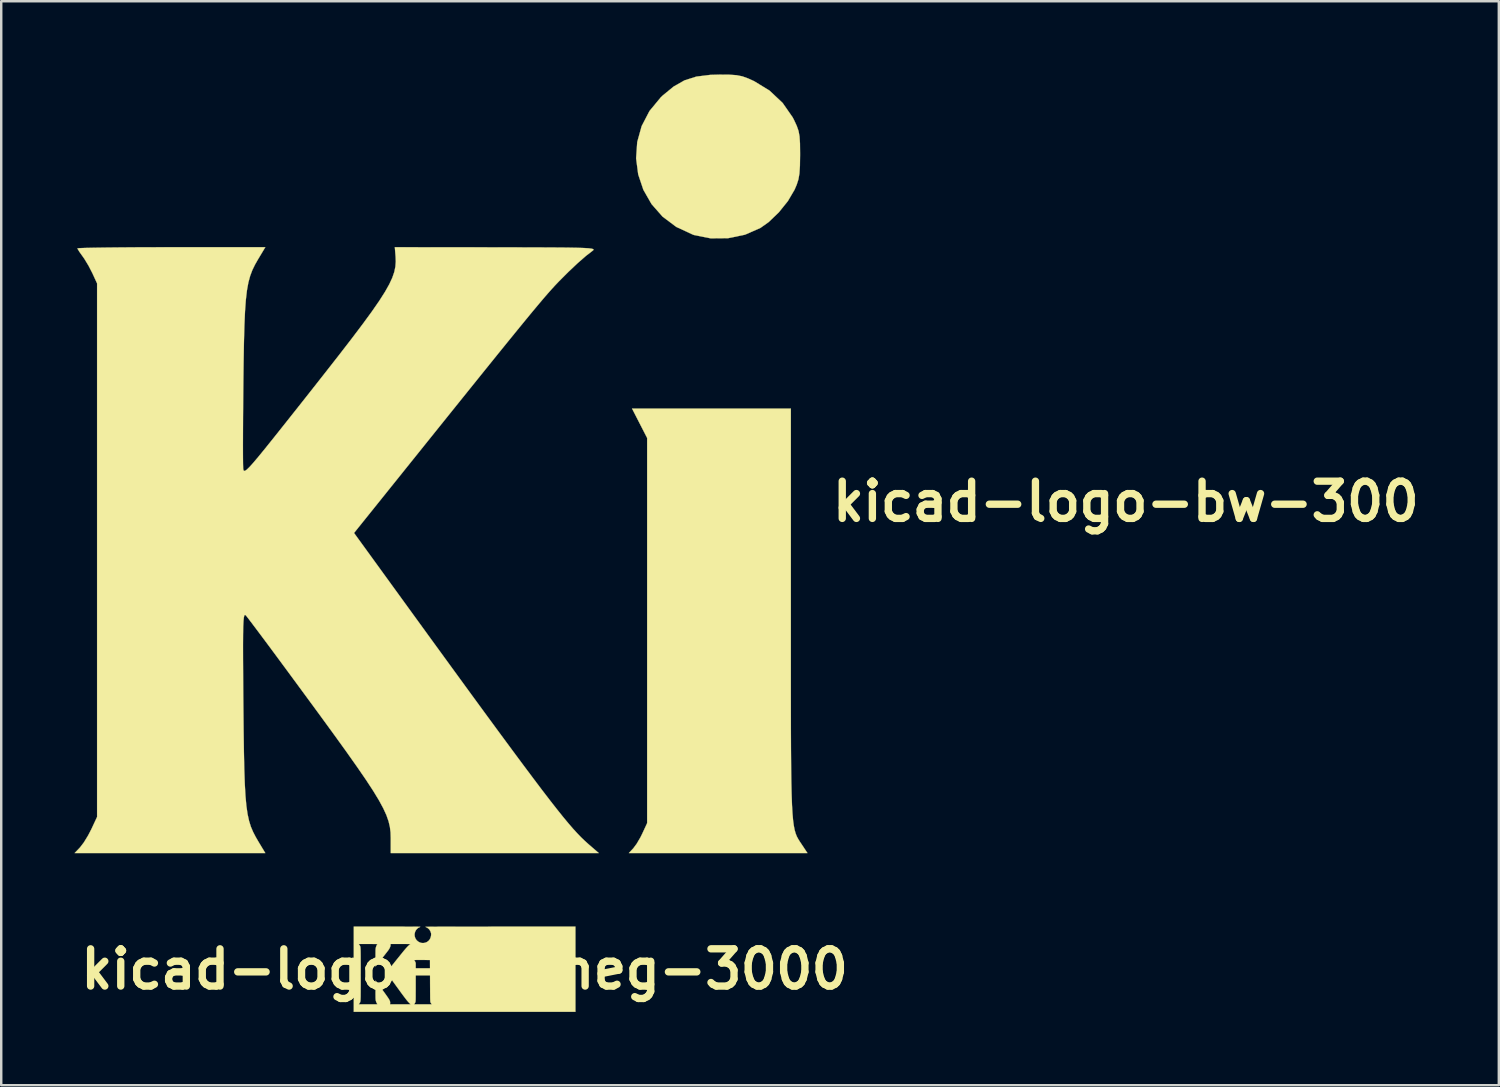
<source format=kicad_pcb>
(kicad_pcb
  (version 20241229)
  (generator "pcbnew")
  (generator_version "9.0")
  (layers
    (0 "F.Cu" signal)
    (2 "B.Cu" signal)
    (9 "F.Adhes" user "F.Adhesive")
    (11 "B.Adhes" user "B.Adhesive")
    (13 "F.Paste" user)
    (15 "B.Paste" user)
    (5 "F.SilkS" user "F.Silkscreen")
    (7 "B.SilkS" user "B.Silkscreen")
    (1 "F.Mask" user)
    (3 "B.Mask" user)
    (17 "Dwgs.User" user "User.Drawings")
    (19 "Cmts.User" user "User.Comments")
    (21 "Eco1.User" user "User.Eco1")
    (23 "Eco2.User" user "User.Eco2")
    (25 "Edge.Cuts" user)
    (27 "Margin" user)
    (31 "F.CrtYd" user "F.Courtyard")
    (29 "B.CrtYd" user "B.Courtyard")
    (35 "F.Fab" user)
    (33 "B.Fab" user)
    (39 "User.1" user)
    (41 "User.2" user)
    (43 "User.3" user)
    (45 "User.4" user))
  (footprint "kicad-logo-bw-300"
    (layer "F.Cu")
    (at 43.047 17.486)
    (property "Reference" "kicad-logo-bw-300" (at 0 0 0) (layer "F.SilkS") (effects (font (size 1.524 1.524) (thickness 0.3))))
    (attr through_hole)
    (fp_poly (pts (xy -16.968 -3.81) (xy -13.716 -3.81) (xy -13.716 4.604) (xy -13.716 6.011) (xy -13.716 7.26) (xy -13.715 8.36) (xy -13.714 9.321) (xy -13.71 10.155) (xy -13.704 10.87) (xy -13.696 11.478) (xy -13.684 11.989) (xy -13.669 12.414) (xy -13.649 12.761) (xy -13.625 13.043) (xy -13.595 13.268) (xy -13.56 13.448) (xy -13.518 13.593) (xy -13.47 13.713) (xy -13.414 13.818) (xy -13.351 13.919) (xy -13.279 14.026) (xy -13.246 14.076) (xy -13.036 14.393) (xy -20.35 14.393) (xy -20.17 14.202) (xy -20.029 14.013) (xy -19.872 13.744) (xy -19.795 13.588) (xy -19.6 13.166) (xy -19.6 -2.603) (xy -19.91 -3.206) (xy -20.22 -3.81) (xy -16.968 -3.81)) (stroke (width 0.01) (type solid)) (fill yes) (layer "F.SilkS"))
    (fp_poly (pts (xy -16.231 -17.478) (xy -15.938 -17.457) (xy -15.701 -17.41) (xy -15.464 -17.324) (xy -15.22 -17.213) (xy -14.59 -16.828) (xy -14.053 -16.323) (xy -13.64 -15.729) (xy -13.584 -15.62) (xy -13.473 -15.381) (xy -13.401 -15.174) (xy -13.36 -14.952) (xy -13.342 -14.666) (xy -13.338 -14.268) (xy -13.338 -14.182) (xy -13.344 -13.748) (xy -13.364 -13.434) (xy -13.406 -13.191) (xy -13.477 -12.971) (xy -13.565 -12.766) (xy -13.837 -12.303) (xy -14.207 -11.843) (xy -14.624 -11.443) (xy -14.961 -11.204) (xy -15.592 -10.927) (xy -16.287 -10.783) (xy -16.998 -10.777) (xy -17.679 -10.913) (xy -17.731 -10.931) (xy -18.404 -11.243) (xy -18.969 -11.666) (xy -19.42 -12.18) (xy -19.754 -12.763) (xy -19.966 -13.394) (xy -20.052 -14.054) (xy -20.006 -14.721) (xy -19.825 -15.373) (xy -19.504 -15.991) (xy -19.039 -16.554) (xy -18.967 -16.622) (xy -18.515 -16.993) (xy -18.07 -17.246) (xy -17.583 -17.4) (xy -17.008 -17.471) (xy -16.637 -17.481) (xy -16.231 -17.478)) (stroke (width 0.01) (type solid)) (fill yes) (layer "F.SilkS"))
    (fp_poly (pts (xy -35.519 -9.94) (xy -35.652 -9.708) (xy -35.763 -9.481) (xy -35.854 -9.24) (xy -35.928 -8.967) (xy -35.986 -8.646) (xy -36.031 -8.258) (xy -36.065 -7.786) (xy -36.09 -7.211) (xy -36.109 -6.516) (xy -36.123 -5.682) (xy -36.132 -4.953) (xy -36.139 -4.209) (xy -36.145 -3.509) (xy -36.148 -2.873) (xy -36.15 -2.32) (xy -36.149 -1.872) (xy -36.146 -1.549) (xy -36.141 -1.371) (xy -36.14 -1.356) (xy -36.13 -1.293) (xy -36.108 -1.256) (xy -36.067 -1.257) (xy -35.996 -1.304) (xy -35.888 -1.408) (xy -35.733 -1.58) (xy -35.523 -1.828) (xy -35.25 -2.162) (xy -34.903 -2.594) (xy -34.475 -3.132) (xy -33.956 -3.786) (xy -33.57 -4.274) (xy -32.844 -5.196) (xy -32.217 -5.997) (xy -31.683 -6.689) (xy -31.235 -7.283) (xy -30.865 -7.789) (xy -30.567 -8.22) (xy -30.334 -8.585) (xy -30.159 -8.896) (xy -30.034 -9.165) (xy -29.953 -9.401) (xy -29.908 -9.617) (xy -29.893 -9.822) (xy -29.9 -10.029) (xy -29.901 -10.037) (xy -29.931 -10.414) (xy -25.782 -10.41) (xy -24.837 -10.408) (xy -24.049 -10.406) (xy -23.405 -10.403) (xy -22.89 -10.399) (xy -22.491 -10.392) (xy -22.197 -10.382) (xy -21.993 -10.37) (xy -21.866 -10.353) (xy -21.804 -10.333) (xy -21.793 -10.308) (xy -21.82 -10.278) (xy -21.843 -10.261) (xy -22.107 -10.057) (xy -22.448 -9.759) (xy -22.828 -9.4) (xy -23.213 -9.014) (xy -23.374 -8.845) (xy -23.507 -8.699) (xy -23.657 -8.531) (xy -23.83 -8.331) (xy -24.034 -8.09) (xy -24.277 -7.8) (xy -24.565 -7.45) (xy -24.906 -7.033) (xy -25.308 -6.539) (xy -25.777 -5.96) (xy -26.321 -5.286) (xy -26.947 -4.508) (xy -27.663 -3.618) (xy -28.475 -2.607) (xy -28.654 -2.384) (xy -31.601 1.286) (xy -31.438 1.511) (xy -30.353 3.007) (xy -29.362 4.373) (xy -28.461 5.614) (xy -27.643 6.738) (xy -26.906 7.75) (xy -26.243 8.657) (xy -25.649 9.466) (xy -25.12 10.183) (xy -24.651 10.815) (xy -24.237 11.368) (xy -23.874 11.849) (xy -23.555 12.264) (xy -23.276 12.62) (xy -23.033 12.923) (xy -22.82 13.179) (xy -22.633 13.396) (xy -22.466 13.579) (xy -22.315 13.736) (xy -22.174 13.872) (xy -22.04 13.994) (xy -21.984 14.044) (xy -21.58 14.393) (xy -30.099 14.393) (xy -30.099 13.773) (xy -30.106 13.545) (xy -30.133 13.322) (xy -30.187 13.092) (xy -30.275 12.841) (xy -30.404 12.559) (xy -30.581 12.232) (xy -30.814 11.848) (xy -31.11 11.396) (xy -31.476 10.863) (xy -31.919 10.236) (xy -32.447 9.504) (xy -33.067 8.654) (xy -33.36 8.255) (xy -33.859 7.576) (xy -34.331 6.935) (xy -34.765 6.347) (xy -35.152 5.825) (xy -35.482 5.383) (xy -35.745 5.033) (xy -35.929 4.79) (xy -36.027 4.667) (xy -36.036 4.657) (xy -36.067 4.64) (xy -36.092 4.663) (xy -36.112 4.741) (xy -36.127 4.887) (xy -36.138 5.114) (xy -36.144 5.437) (xy -36.147 5.868) (xy -36.146 6.421) (xy -36.142 7.11) (xy -36.136 7.949) (xy -36.132 8.382) (xy -36.122 9.39) (xy -36.11 10.245) (xy -36.095 10.963) (xy -36.074 11.561) (xy -36.046 12.054) (xy -36.009 12.46) (xy -35.961 12.794) (xy -35.9 13.072) (xy -35.826 13.311) (xy -35.734 13.527) (xy -35.625 13.737) (xy -35.519 13.92) (xy -35.234 14.393) (xy -43.042 14.393) (xy -42.82 14.161) (xy -42.664 13.957) (xy -42.487 13.667) (xy -42.359 13.42) (xy -42.122 12.912) (xy -42.122 -8.932) (xy -42.315 -9.351) (xy -42.47 -9.653) (xy -42.643 -9.939) (xy -42.717 -10.044) (xy -42.848 -10.227) (xy -42.921 -10.349) (xy -42.926 -10.366) (xy -42.844 -10.376) (xy -42.61 -10.385) (xy -42.24 -10.393) (xy -41.751 -10.4) (xy -41.16 -10.406) (xy -40.483 -10.411) (xy -39.739 -10.413) (xy -39.08 -10.414) (xy -35.234 -10.414) (xy -35.519 -9.94)) (stroke (width 0.01) (type solid)) (fill yes) (layer "F.SilkS")))
  (footprint "kicad-logo-bw-neg-3000"
    (layer "F.Cu")
    (at 15.973 36.634)
    (property "Reference" "kicad-logo-bw-neg-3000" (at 0 0 0) (layer "F.SilkS") (effects (font (size 1.524 1.524) (thickness 0.3))))
    (attr through_hole)
    (fp_poly (pts (xy 4.538 1.744) (xy -4.538 1.744) (xy -4.538 1.439) (xy -4.335 1.439) (xy -3.949 1.439) (xy -3.858 1.439) (xy -3.782 1.439) (xy -3.721 1.439) (xy -3.673 1.438) (xy -3.636 1.438) (xy -3.608 1.437) (xy -3.59 1.435) (xy -3.579 1.434) (xy -3.573 1.431) (xy -3.572 1.428) (xy -3.574 1.425) (xy -3.575 1.425) (xy -3.595 1.394) (xy -3.615 1.352) (xy -3.631 1.303) (xy -3.637 1.283) (xy -3.64 1.267) (xy -3.642 1.247) (xy -3.644 1.222) (xy -3.646 1.19) (xy -3.647 1.149) (xy -3.647 1.098) (xy -3.648 1.035) (xy -3.648 0.959) (xy -3.647 0.868) (xy -3.647 0.847) (xy -3.645 0.465) (xy -3.416 0.776) (xy -3.346 0.872) (xy -3.285 0.956) (xy -3.233 1.028) (xy -3.189 1.091) (xy -3.152 1.143) (xy -3.122 1.188) (xy -3.098 1.226) (xy -3.08 1.258) (xy -3.067 1.286) (xy -3.058 1.31) (xy -3.052 1.331) (xy -3.05 1.351) (xy -3.049 1.37) (xy -3.05 1.391) (xy -3.053 1.439) (xy -2.209 1.439) (xy -2.068 1.439) (xy -1.345 1.439) (xy -1.361 1.416) (xy -1.377 1.392) (xy -1.393 1.365) (xy -1.394 1.363) (xy -1.396 1.358) (xy -1.399 1.351) (xy -1.401 1.342) (xy -1.403 1.33) (xy -1.404 1.314) (xy -1.405 1.292) (xy -1.407 1.264) (xy -1.408 1.229) (xy -1.409 1.185) (xy -1.41 1.132) (xy -1.41 1.069) (xy -1.411 0.995) (xy -1.412 0.908) (xy -1.412 0.808) (xy -1.413 0.694) (xy -1.414 0.564) (xy -1.414 0.478) (xy -1.418 -0.377) (xy -1.742 -0.379) (xy -1.818 -0.379) (xy -1.887 -0.379) (xy -1.947 -0.379) (xy -1.996 -0.378) (xy -2.034 -0.377) (xy -2.057 -0.375) (xy -2.066 -0.374) (xy -2.066 -0.374) (xy -2.06 -0.362) (xy -2.054 -0.356) (xy -2.044 -0.344) (xy -2.031 -0.321) (xy -2.022 -0.302) (xy -2.002 -0.258) (xy -2.002 0.533) (xy -2.002 0.667) (xy -2.002 0.785) (xy -2.002 0.888) (xy -2.003 0.977) (xy -2.003 1.053) (xy -2.003 1.118) (xy -2.004 1.172) (xy -2.004 1.216) (xy -2.005 1.252) (xy -2.006 1.281) (xy -2.008 1.303) (xy -2.009 1.32) (xy -2.011 1.333) (xy -2.013 1.342) (xy -2.015 1.35) (xy -2.018 1.356) (xy -2.02 1.359) (xy -2.034 1.386) (xy -2.049 1.411) (xy -2.052 1.416) (xy -2.068 1.439) (xy -2.209 1.439) (xy -2.267 1.382) (xy -2.285 1.364) (xy -2.303 1.345) (xy -2.322 1.324) (xy -2.342 1.3) (xy -2.365 1.273) (xy -2.391 1.24) (xy -2.42 1.202) (xy -2.454 1.158) (xy -2.494 1.105) (xy -2.539 1.044) (xy -2.591 0.974) (xy -2.65 0.893) (xy -2.717 0.8) (xy -2.794 0.695) (xy -2.827 0.649) (xy -2.908 0.538) (xy -2.978 0.44) (xy -3.039 0.356) (xy -3.089 0.284) (xy -3.13 0.226) (xy -3.16 0.181) (xy -3.181 0.149) (xy -3.192 0.13) (xy -3.194 0.124) (xy -3.181 0.108) (xy -3.159 0.079) (xy -3.128 0.041) (xy -3.09 -0.006) (xy -3.046 -0.061) (xy -2.997 -0.122) (xy -2.945 -0.187) (xy -2.89 -0.255) (xy -2.834 -0.325) (xy -2.778 -0.395) (xy -2.723 -0.463) (xy -2.669 -0.529) (xy -2.62 -0.591) (xy -2.574 -0.647) (xy -2.535 -0.696) (xy -2.502 -0.736) (xy -2.477 -0.767) (xy -2.463 -0.783) (xy -2.404 -0.852) (xy -2.35 -0.912) (xy -2.302 -0.96) (xy -2.26 -0.996) (xy -2.231 -1.017) (xy -2.226 -1.021) (xy -2.223 -1.024) (xy -2.224 -1.026) (xy -2.231 -1.028) (xy -2.244 -1.03) (xy -2.265 -1.031) (xy -2.295 -1.032) (xy -2.336 -1.032) (xy -2.388 -1.033) (xy -2.454 -1.033) (xy -2.534 -1.033) (xy -2.618 -1.033) (xy -3.031 -1.033) (xy -3.031 -0.988) (xy -3.038 -0.941) (xy -3.059 -0.886) (xy -3.092 -0.824) (xy -3.11 -0.796) (xy -3.121 -0.781) (xy -3.141 -0.754) (xy -3.17 -0.716) (xy -3.206 -0.67) (xy -3.247 -0.617) (xy -3.293 -0.558) (xy -3.343 -0.495) (xy -3.392 -0.433) (xy -3.645 -0.112) (xy -3.647 -0.467) (xy -3.648 -0.559) (xy -3.648 -0.634) (xy -3.647 -0.697) (xy -3.647 -0.747) (xy -3.646 -0.788) (xy -3.644 -0.819) (xy -3.642 -0.844) (xy -3.639 -0.864) (xy -3.637 -0.877) (xy -3.622 -0.926) (xy -3.604 -0.972) (xy -3.583 -1.007) (xy -3.575 -1.018) (xy -3.573 -1.022) (xy -3.573 -1.024) (xy -3.578 -1.027) (xy -3.588 -1.029) (xy -3.606 -1.03) (xy -3.632 -1.031) (xy -3.667 -1.032) (xy -3.714 -1.032) (xy -3.774 -1.033) (xy -3.848 -1.033) (xy -3.937 -1.033) (xy -3.949 -1.033) (xy -4.335 -1.033) (xy -4.306 -0.991) (xy -4.299 -0.98) (xy -4.292 -0.971) (xy -4.286 -0.962) (xy -4.281 -0.953) (xy -4.276 -0.942) (xy -4.272 -0.928) (xy -4.269 -0.911) (xy -4.265 -0.89) (xy -4.263 -0.864) (xy -4.261 -0.832) (xy -4.259 -0.794) (xy -4.258 -0.747) (xy -4.257 -0.692) (xy -4.256 -0.627) (xy -4.255 -0.551) (xy -4.255 -0.464) (xy -4.255 -0.365) (xy -4.254 -0.253) (xy -4.254 -0.127) (xy -4.254 0.015) (xy -4.254 0.172) (xy -4.255 0.203) (xy -4.254 0.363) (xy -4.254 0.508) (xy -4.254 0.637) (xy -4.255 0.752) (xy -4.255 0.853) (xy -4.255 0.942) (xy -4.256 1.02) (xy -4.256 1.086) (xy -4.257 1.144) (xy -4.259 1.192) (xy -4.26 1.232) (xy -4.262 1.265) (xy -4.265 1.292) (xy -4.268 1.314) (xy -4.271 1.332) (xy -4.275 1.346) (xy -4.28 1.357) (xy -4.285 1.367) (xy -4.291 1.376) (xy -4.297 1.385) (xy -4.305 1.395) (xy -4.306 1.397) (xy -4.335 1.439) (xy -4.538 1.439) (xy -4.538 -1.744) (xy -3.16 -1.744) (xy -2.981 -1.744) (xy -2.819 -1.744) (xy -2.672 -1.744) (xy -2.54 -1.744) (xy -2.421 -1.743) (xy -2.316 -1.743) (xy -2.223 -1.743) (xy -2.142 -1.743) (xy -2.072 -1.742) (xy -2.013 -1.742) (xy -1.963 -1.741) (xy -1.921 -1.741) (xy -1.888 -1.74) (xy -1.862 -1.739) (xy -1.842 -1.738) (xy -1.829 -1.737) (xy -1.82 -1.736) (xy -1.816 -1.734) (xy -1.815 -1.733) (xy -1.818 -1.731) (xy -1.822 -1.729) (xy -1.826 -1.728) (xy -1.892 -1.696) (xy -1.946 -1.653) (xy -1.99 -1.601) (xy -2.022 -1.541) (xy -2.041 -1.478) (xy -2.048 -1.411) (xy -2.041 -1.344) (xy -2.021 -1.279) (xy -1.986 -1.217) (xy -1.95 -1.174) (xy -1.891 -1.126) (xy -1.827 -1.093) (xy -1.758 -1.075) (xy -1.688 -1.072) (xy -1.618 -1.084) (xy -1.55 -1.11) (xy -1.488 -1.152) (xy -1.48 -1.159) (xy -1.439 -1.206) (xy -1.406 -1.263) (xy -1.383 -1.328) (xy -1.371 -1.394) (xy -1.371 -1.458) (xy -1.372 -1.466) (xy -1.392 -1.534) (xy -1.425 -1.597) (xy -1.471 -1.652) (xy -1.527 -1.696) (xy -1.591 -1.728) (xy -1.603 -1.732) (xy -1.604 -1.733) (xy -1.6 -1.734) (xy -1.59 -1.735) (xy -1.575 -1.736) (xy -1.553 -1.736) (xy -1.525 -1.737) (xy -1.489 -1.738) (xy -1.446 -1.738) (xy -1.394 -1.739) (xy -1.334 -1.739) (xy -1.265 -1.74) (xy -1.186 -1.74) (xy -1.097 -1.741) (xy -0.998 -1.741) (xy -0.887 -1.742) (xy -0.765 -1.742) (xy -0.632 -1.742) (xy -0.486 -1.742) (xy -0.327 -1.743) (xy -0.155 -1.743) (xy 0.031 -1.743) (xy 0.231 -1.743) (xy 0.445 -1.743) (xy 0.675 -1.743) (xy 0.92 -1.743) (xy 1.181 -1.744) (xy 1.45 -1.744) (xy 4.538 -1.744) (xy 4.538 1.744)) (stroke (width 0.01) (type solid)) (fill yes) (layer "F.SilkS")))
  (gr_rect
    (start -3 -3)
    (end 58.319 41.383)
    (stroke (width 0.1) (type default))
    (fill no)
    (layer "Edge.Cuts")))
</source>
